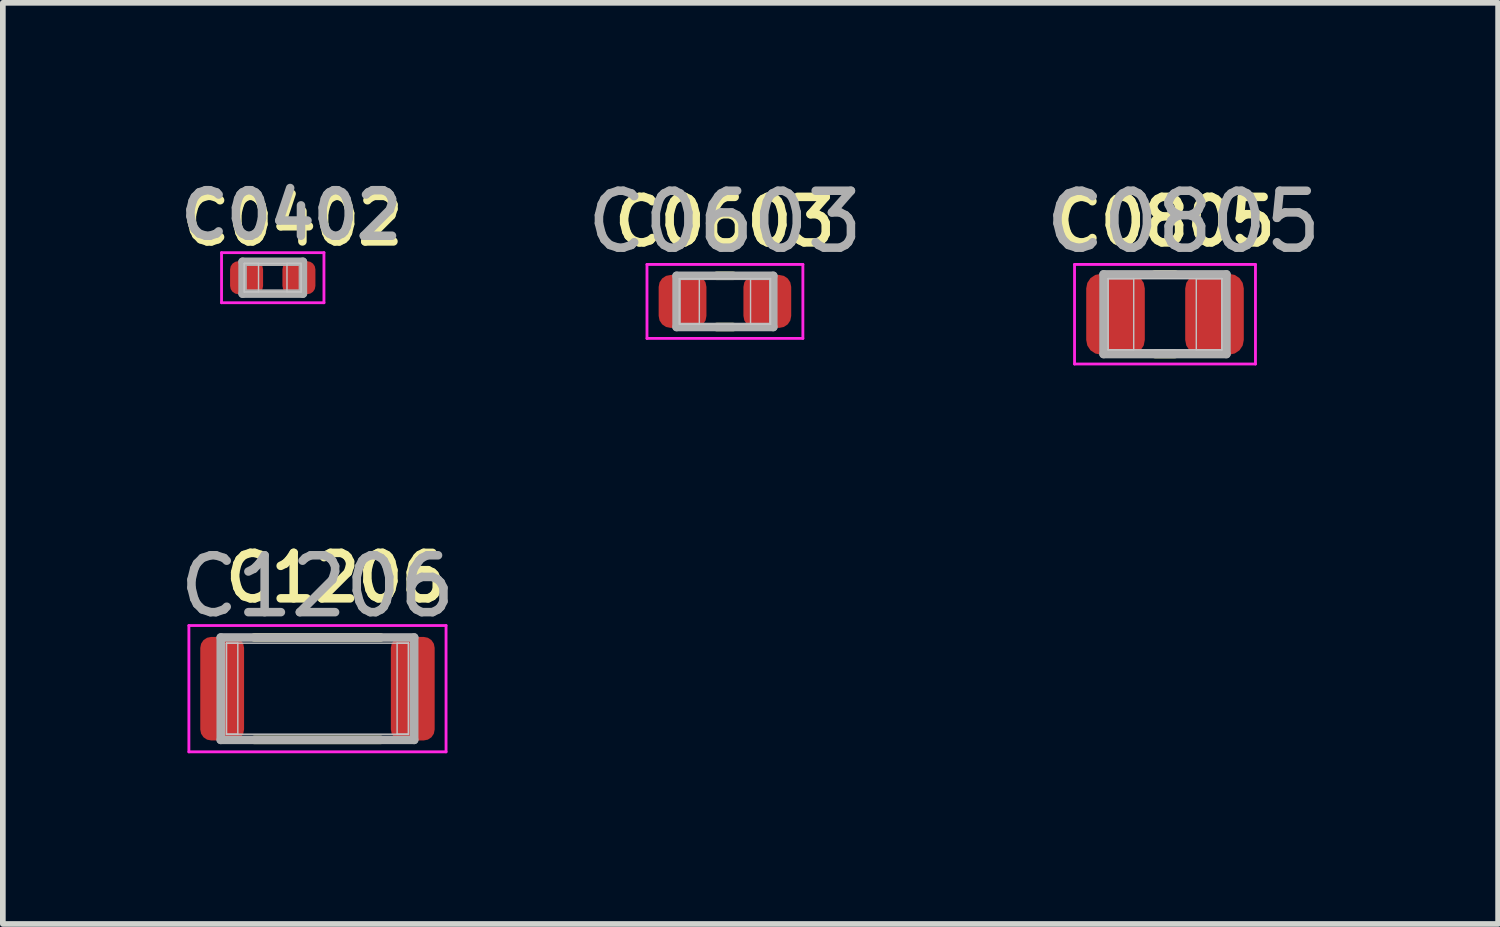
<source format=kicad_pcb>
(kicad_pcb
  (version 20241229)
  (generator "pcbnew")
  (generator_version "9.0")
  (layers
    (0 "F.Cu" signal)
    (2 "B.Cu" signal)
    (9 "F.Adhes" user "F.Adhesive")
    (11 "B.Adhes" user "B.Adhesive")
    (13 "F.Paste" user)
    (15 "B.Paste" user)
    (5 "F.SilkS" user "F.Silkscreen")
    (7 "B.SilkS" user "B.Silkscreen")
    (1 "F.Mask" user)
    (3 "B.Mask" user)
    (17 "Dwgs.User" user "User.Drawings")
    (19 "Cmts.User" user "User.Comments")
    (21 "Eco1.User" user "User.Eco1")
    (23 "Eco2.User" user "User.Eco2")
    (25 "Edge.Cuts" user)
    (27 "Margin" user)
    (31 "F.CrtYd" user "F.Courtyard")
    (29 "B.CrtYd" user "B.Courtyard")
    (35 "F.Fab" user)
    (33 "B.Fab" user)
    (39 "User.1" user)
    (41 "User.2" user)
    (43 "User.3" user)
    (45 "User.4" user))
  (footprint "C0603"
    (layer "F.Cu")
    (at 9.692 2.248)
    (property "Reference" "C0603" (at 0 -1.4 0) (layer "F.Fab") (effects (font (size 1 1) (thickness 0.15))))
    (attr smd)
    (fp_line (start -0.145 -0.45) (end 0.145 -0.45) (stroke (width 0.15) (type solid)) (layer "F.SilkS"))
    (fp_line (start -0.145 0.45) (end 0.145 0.45) (stroke (width 0.15) (type solid)) (layer "F.SilkS"))
    (fp_line (start -0.8 -0.4) (end -0.45 -0.4) (stroke (width 0.025) (type solid)) (layer "Dwgs.User"))
    (fp_line (start -0.8 -0.4) (end 0.8 -0.4) (stroke (width 0.025) (type solid)) (layer "Dwgs.User"))
    (fp_line (start -0.8 0.4) (end -0.8 -0.4) (stroke (width 0.025) (type solid)) (layer "Dwgs.User"))
    (fp_line (start -0.8 0.4) (end -0.8 -0.4) (stroke (width 0.025) (type solid)) (layer "Dwgs.User"))
    (fp_line (start -0.45 -0.4) (end -0.45 0.4) (stroke (width 0.025) (type solid)) (layer "Dwgs.User"))
    (fp_line (start -0.45 0.4) (end -0.8 0.4) (stroke (width 0.025) (type solid)) (layer "Dwgs.User"))
    (fp_line (start 0.45 -0.4) (end 0.8 -0.4) (stroke (width 0.025) (type solid)) (layer "Dwgs.User"))
    (fp_line (start 0.45 0.4) (end 0.45 -0.4) (stroke (width 0.025) (type solid)) (layer "Dwgs.User"))
    (fp_line (start 0.8 -0.4) (end 0.8 0.4) (stroke (width 0.025) (type solid)) (layer "Dwgs.User"))
    (fp_line (start 0.8 -0.4) (end 0.8 0.4) (stroke (width 0.025) (type solid)) (layer "Dwgs.User"))
    (fp_line (start 0.8 0.4) (end -0.8 0.4) (stroke (width 0.025) (type solid)) (layer "Dwgs.User"))
    (fp_line (start 0.8 0.4) (end 0.45 0.4) (stroke (width 0.025) (type solid)) (layer "Dwgs.User"))
    (fp_line (start -1.37 -0.65) (end 1.37 -0.65) (stroke (width 0.05) (type solid)) (layer "F.CrtYd"))
    (fp_line (start -1.37 0.65) (end -1.37 -0.65) (stroke (width 0.05) (type solid)) (layer "F.CrtYd"))
    (fp_line (start 1.37 -0.65) (end 1.37 0.65) (stroke (width 0.05) (type solid)) (layer "F.CrtYd"))
    (fp_line (start 1.37 0.65) (end -1.37 0.65) (stroke (width 0.05) (type solid)) (layer "F.CrtYd"))
    (fp_line (start -0.85 -0.45) (end 0.85 -0.45) (stroke (width 0.15) (type solid)) (layer "F.Fab"))
    (fp_line (start -0.85 0.45) (end -0.85 -0.45) (stroke (width 0.15) (type solid)) (layer "F.Fab"))
    (fp_line (start 0.85 -0.45) (end 0.85 0.45) (stroke (width 0.15) (type solid)) (layer "F.Fab"))
    (fp_line (start 0.85 0.45) (end -0.85 0.45) (stroke (width 0.15) (type solid)) (layer "F.Fab"))
    (fp_text user "${REFERENCE}" (at 0 -1.4 0) (layer "F.SilkS") (effects (font (size 0.8 0.8) (thickness 0.15))))
    (pad "" smd custom (at -0.745 0) (size 0.3 0.3) (layers "F.Paste") (options (anchor circle)) (primitives (gr_poly (pts (xy -0.42 -0.25) (xy -0.25 -0.465) (xy 0.14 -0.465) (xy 0.42 0) (xy 0.14 0.465) (xy -0.25 0.465) (xy -0.42 0.25)) (width 0) (fill yes))))
    (pad "" smd custom (at 0.745 0 180) (size 0.3 0.3) (layers "F.Paste") (options (anchor circle)) (primitives (gr_poly (pts (xy -0.42 -0.25) (xy -0.25 -0.465) (xy 0.14 -0.465) (xy 0.42 0) (xy 0.14 0.465) (xy -0.25 0.465) (xy -0.42 0.25)) (width 0) (fill yes))))
    (pad "1" smd roundrect (at -0.745 0) (size 0.84 0.93) (layers "F.Cu" "F.Mask") (roundrect_rratio 0.25))
    (pad "2" smd roundrect (at 0.745 0) (size 0.84 0.93) (layers "F.Cu" "F.Mask") (roundrect_rratio 0.25)))
  (footprint "C0805"
    (layer "F.Cu")
    (at 17.427 2.473)
    (property "Reference" "C0805" (at 0.325 -1.625 0) (layer "F.Fab") (effects (font (size 1 1) (thickness 0.15))))
    (attr smd)
    (fp_line (start -0.175 -0.7) (end 0.175 -0.7) (stroke (width 0.15) (type solid)) (layer "F.SilkS"))
    (fp_line (start -0.175 0.7) (end 0.175 0.7) (stroke (width 0.15) (type solid)) (layer "F.SilkS"))
    (fp_line (start -1 -0.625) (end -0.55 -0.625) (stroke (width 0.025) (type solid)) (layer "Dwgs.User"))
    (fp_line (start -1 -0.625) (end 1 -0.625) (stroke (width 0.025) (type solid)) (layer "Dwgs.User"))
    (fp_line (start -1 0.625) (end -1 -0.625) (stroke (width 0.025) (type solid)) (layer "Dwgs.User"))
    (fp_line (start -1 0.625) (end -1 -0.625) (stroke (width 0.025) (type solid)) (layer "Dwgs.User"))
    (fp_line (start -0.55 -0.625) (end -0.55 0.625) (stroke (width 0.025) (type solid)) (layer "Dwgs.User"))
    (fp_line (start -0.55 0.625) (end -1 0.625) (stroke (width 0.025) (type solid)) (layer "Dwgs.User"))
    (fp_line (start 0.55 -0.625) (end 1 -0.625) (stroke (width 0.025) (type solid)) (layer "Dwgs.User"))
    (fp_line (start 0.55 0.625) (end 0.55 -0.625) (stroke (width 0.025) (type solid)) (layer "Dwgs.User"))
    (fp_line (start 1 -0.625) (end 1 0.625) (stroke (width 0.025) (type solid)) (layer "Dwgs.User"))
    (fp_line (start 1 -0.625) (end 1 0.625) (stroke (width 0.025) (type solid)) (layer "Dwgs.User"))
    (fp_line (start 1 0.625) (end -1 0.625) (stroke (width 0.025) (type solid)) (layer "Dwgs.User"))
    (fp_line (start 1 0.625) (end 0.55 0.625) (stroke (width 0.025) (type solid)) (layer "Dwgs.User"))
    (fp_line (start -1.59 -0.875) (end 1.59 -0.875) (stroke (width 0.05) (type solid)) (layer "F.CrtYd"))
    (fp_line (start -1.59 0.875) (end -1.59 -0.875) (stroke (width 0.05) (type solid)) (layer "F.CrtYd"))
    (fp_line (start 1.59 -0.875) (end 1.59 0.875) (stroke (width 0.05) (type solid)) (layer "F.CrtYd"))
    (fp_line (start 1.59 0.875) (end -1.59 0.875) (stroke (width 0.05) (type solid)) (layer "F.CrtYd"))
    (fp_line (start -1.08 -0.7) (end 1.08 -0.7) (stroke (width 0.15) (type solid)) (layer "F.Fab"))
    (fp_line (start -1.08 0.7) (end -1.08 -0.7) (stroke (width 0.15) (type solid)) (layer "F.Fab"))
    (fp_line (start 1.08 -0.7) (end 1.08 0.7) (stroke (width 0.15) (type solid)) (layer "F.Fab"))
    (fp_line (start 1.08 0.7) (end -1.08 0.7) (stroke (width 0.15) (type solid)) (layer "F.Fab"))
    (fp_text user "${REFERENCE}" (at 0 -1.625 0) (layer "F.SilkS") (effects (font (size 0.8 0.8) (thickness 0.15))))
    (pad "" smd custom (at -0.87 0) (size 0.3 0.3) (layers "F.Paste") (options (anchor circle)) (primitives (gr_poly (pts (xy -0.515 -0.48) (xy -0.28 -0.71) (xy 0.17 -0.71) (xy 0.515 0) (xy 0.17 0.71) (xy -0.28 0.71) (xy -0.515 0.48)) (width 0) (fill yes))))
    (pad "" smd custom (at 0.87 0 180) (size 0.3 0.3) (layers "F.Paste") (options (anchor circle)) (primitives (gr_poly (pts (xy -0.515 -0.48) (xy -0.28 -0.71) (xy 0.17 -0.71) (xy 0.515 0) (xy 0.17 0.71) (xy -0.28 0.71) (xy -0.515 0.48)) (width 0) (fill yes))))
    (pad "1" smd roundrect (at -0.87 0) (size 1.03 1.42) (layers "F.Cu" "F.Mask") (roundrect_rratio 0.25))
    (pad "2" smd roundrect (at 0.87 0) (size 1.03 1.42) (layers "F.Cu" "F.Mask") (roundrect_rratio 0.25)))
  (footprint "C0402"
    (layer "F.Cu")
    (at 1.744 1.831)
    (property "Reference" "C0402" (at 0.325 -1.1 0) (layer "F.Fab") (effects (font (size 0.8 0.8) (thickness 0.15))))
    (attr smd)
    (fp_line (start -0.5 -0.25) (end -0.25 -0.25) (stroke (width 0.025) (type solid)) (layer "Dwgs.User"))
    (fp_line (start -0.5 -0.25) (end 0.5 -0.25) (stroke (width 0.025) (type solid)) (layer "Dwgs.User"))
    (fp_line (start -0.5 0.25) (end -0.5 -0.25) (stroke (width 0.025) (type solid)) (layer "Dwgs.User"))
    (fp_line (start -0.5 0.25) (end -0.5 -0.25) (stroke (width 0.025) (type solid)) (layer "Dwgs.User"))
    (fp_line (start -0.25 -0.25) (end -0.25 0.25) (stroke (width 0.025) (type solid)) (layer "Dwgs.User"))
    (fp_line (start -0.25 0.25) (end -0.5 0.25) (stroke (width 0.025) (type solid)) (layer "Dwgs.User"))
    (fp_line (start 0.25 -0.25) (end 0.5 -0.25) (stroke (width 0.025) (type solid)) (layer "Dwgs.User"))
    (fp_line (start 0.25 0.25) (end 0.25 -0.25) (stroke (width 0.025) (type solid)) (layer "Dwgs.User"))
    (fp_line (start 0.5 -0.25) (end 0.5 0.25) (stroke (width 0.025) (type solid)) (layer "Dwgs.User"))
    (fp_line (start 0.5 -0.25) (end 0.5 0.25) (stroke (width 0.025) (type solid)) (layer "Dwgs.User"))
    (fp_line (start 0.5 0.25) (end -0.5 0.25) (stroke (width 0.025) (type solid)) (layer "Dwgs.User"))
    (fp_line (start 0.5 0.25) (end 0.25 0.25) (stroke (width 0.025) (type solid)) (layer "Dwgs.User"))
    (fp_line (start -0.9 -0.44) (end 0.9 -0.44) (stroke (width 0.05) (type solid)) (layer "F.CrtYd"))
    (fp_line (start -0.9 0.44) (end -0.9 -0.44) (stroke (width 0.05) (type solid)) (layer "F.CrtYd"))
    (fp_line (start 0.9 -0.44) (end 0.9 0.44) (stroke (width 0.05) (type solid)) (layer "F.CrtYd"))
    (fp_line (start 0.9 0.44) (end -0.9 0.44) (stroke (width 0.05) (type solid)) (layer "F.CrtYd"))
    (fp_line (start -0.53 -0.28) (end 0.53 -0.28) (stroke (width 0.15) (type solid)) (layer "F.Fab"))
    (fp_line (start -0.53 0.28) (end -0.53 -0.28) (stroke (width 0.15) (type solid)) (layer "F.Fab"))
    (fp_line (start 0.53 -0.28) (end 0.53 0.28) (stroke (width 0.15) (type solid)) (layer "F.Fab"))
    (fp_line (start 0.53 0.28) (end -0.53 0.28) (stroke (width 0.15) (type solid)) (layer "F.Fab"))
    (fp_text user "${REFERENCE}" (at 0.35 -1 0) (layer "F.SilkS") (effects (font (size 0.8 0.8) (thickness 0.15))))
    (pad "" smd custom (at -0.46 0) (size 0.3 0.3) (layers "F.Paste") (options (anchor circle)) (primitives (gr_poly (pts (xy -0.29 -0.15) (xy -0.15 -0.29) (xy 0.095 -0.29) (xy 0.29 0) (xy 0.095 0.29) (xy -0.15 0.29) (xy -0.29 0.15)) (width 0) (fill yes))))
    (pad "" smd custom (at 0.46 0 180) (size 0.3 0.3) (layers "F.Paste") (options (anchor circle)) (primitives (gr_poly (pts (xy -0.29 -0.15) (xy -0.15 -0.29) (xy 0.095 -0.29) (xy 0.29 0) (xy 0.095 0.29) (xy -0.15 0.29) (xy -0.29 0.15)) (width 0) (fill yes))))
    (pad "1" smd roundrect (at -0.46 0) (size 0.58 0.58) (layers "F.Cu" "F.Mask") (roundrect_rratio 0.25))
    (pad "2" smd roundrect (at 0.46 0) (size 0.58 0.58) (layers "F.Cu" "F.Mask") (roundrect_rratio 0.25)))
  (footprint "C1206"
    (layer "F.Cu")
    (at 2.53 9.055)
    (property "Reference" "C1206" (at 0 -1.8 0) (layer "F.Fab") (effects (font (size 1 1) (thickness 0.15))))
    (attr smd)
    (fp_line (start -1.11 -0.9) (end 1.11 -0.9) (stroke (width 0.15) (type solid)) (layer "F.SilkS"))
    (fp_line (start -1.11 0.9) (end 1.11 0.9) (stroke (width 0.15) (type solid)) (layer "F.SilkS"))
    (fp_line (start -1.6 -0.8) (end -1.4 -0.8) (stroke (width 0.025) (type solid)) (layer "Dwgs.User"))
    (fp_line (start -1.6 -0.8) (end 1.6 -0.8) (stroke (width 0.025) (type solid)) (layer "Dwgs.User"))
    (fp_line (start -1.6 0.8) (end -1.6 -0.8) (stroke (width 0.025) (type solid)) (layer "Dwgs.User"))
    (fp_line (start -1.6 0.8) (end -1.6 -0.8) (stroke (width 0.025) (type solid)) (layer "Dwgs.User"))
    (fp_line (start -1.4 -0.8) (end -1.4 0.8) (stroke (width 0.025) (type solid)) (layer "Dwgs.User"))
    (fp_line (start -1.4 0.8) (end -1.6 0.8) (stroke (width 0.025) (type solid)) (layer "Dwgs.User"))
    (fp_line (start 1.4 -0.8) (end 1.6 -0.8) (stroke (width 0.025) (type solid)) (layer "Dwgs.User"))
    (fp_line (start 1.4 0.8) (end 1.4 -0.8) (stroke (width 0.025) (type solid)) (layer "Dwgs.User"))
    (fp_line (start 1.6 -0.8) (end 1.6 0.8) (stroke (width 0.025) (type solid)) (layer "Dwgs.User"))
    (fp_line (start 1.6 -0.8) (end 1.6 0.8) (stroke (width 0.025) (type solid)) (layer "Dwgs.User"))
    (fp_line (start 1.6 0.8) (end -1.6 0.8) (stroke (width 0.025) (type solid)) (layer "Dwgs.User"))
    (fp_line (start 1.6 0.8) (end 1.4 0.8) (stroke (width 0.025) (type solid)) (layer "Dwgs.User"))
    (fp_line (start -2.26 -1.11) (end 2.26 -1.11) (stroke (width 0.05) (type solid)) (layer "F.CrtYd"))
    (fp_line (start -2.26 1.11) (end -2.26 -1.11) (stroke (width 0.05) (type solid)) (layer "F.CrtYd"))
    (fp_line (start 2.26 -1.11) (end 2.26 1.11) (stroke (width 0.05) (type solid)) (layer "F.CrtYd"))
    (fp_line (start 2.26 1.11) (end -2.26 1.11) (stroke (width 0.05) (type solid)) (layer "F.CrtYd"))
    (fp_line (start -1.7 -0.9) (end 1.7 -0.9) (stroke (width 0.15) (type solid)) (layer "F.Fab"))
    (fp_line (start -1.7 0.9) (end -1.7 -0.9) (stroke (width 0.15) (type solid)) (layer "F.Fab"))
    (fp_line (start 1.7 -0.9) (end 1.7 0.9) (stroke (width 0.15) (type solid)) (layer "F.Fab"))
    (fp_line (start 1.7 0.9) (end -1.7 0.9) (stroke (width 0.15) (type solid)) (layer "F.Fab"))
    (fp_text user "${REFERENCE}" (at 0.325 -1.95 0) (layer "F.SilkS") (effects (font (size 0.8 0.8) (thickness 0.15))))
    (pad "" smd custom (at -1.675 0) (size 0.3 0.3) (layers "F.Paste") (options (anchor circle)) (primitives (gr_poly (pts (xy -0.385 -0.72) (xy -0.2 -0.91) (xy 0.13 -0.91) (xy 0.385 0) (xy 0.13 0.91) (xy -0.2 0.91) (xy -0.385 0.72)) (width 0) (fill yes))))
    (pad "" smd custom (at 1.675 0 180) (size 0.3 0.3) (layers "F.Paste") (options (anchor circle)) (primitives (gr_poly (pts (xy -0.385 -0.72) (xy -0.2 -0.91) (xy 0.13 -0.91) (xy 0.385 0) (xy 0.13 0.91) (xy -0.2 0.91) (xy -0.385 0.72)) (width 0) (fill yes))))
    (pad "1" smd roundrect (at -1.675 0) (size 0.77 1.82) (layers "F.Cu" "F.Mask") (roundrect_rratio 0.25))
    (pad "2" smd roundrect (at 1.675 0) (size 0.77 1.82) (layers "F.Cu" "F.Mask") (roundrect_rratio 0.25)))
  (gr_rect
    (start -3 -3)
    (end 23.282 13.19)
    (stroke (width 0.1) (type default))
    (fill no)
    (layer "Edge.Cuts")))
</source>
